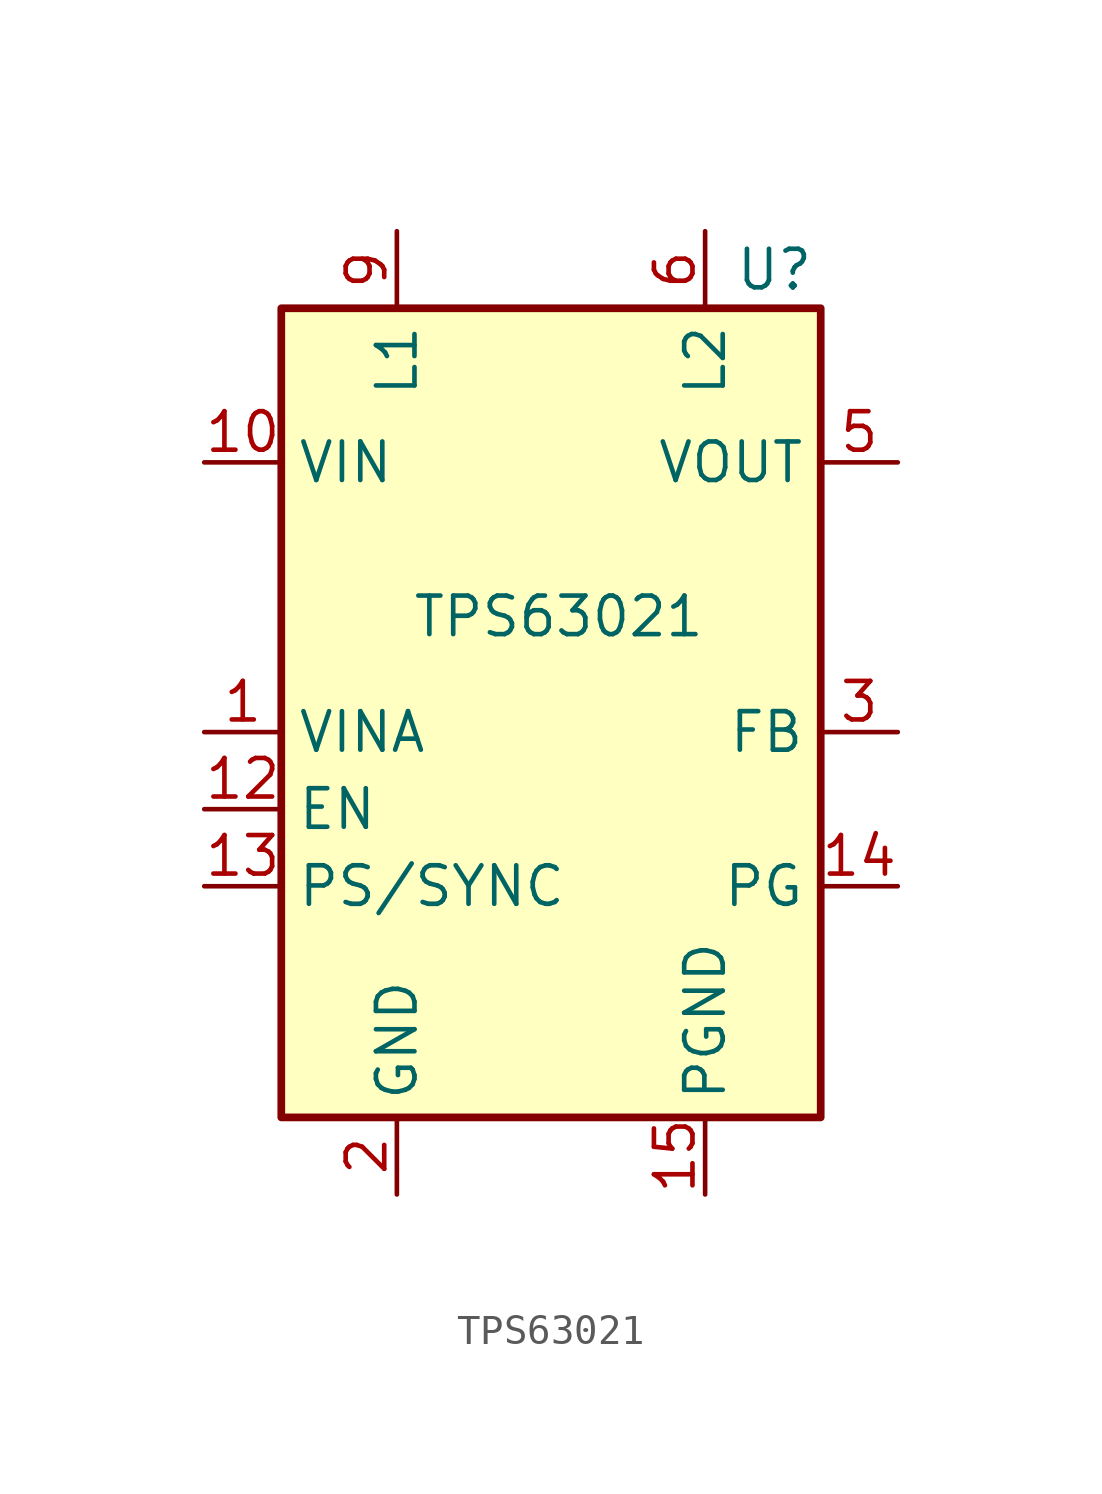
<source format=kicad_sym>
(kicad_symbol_lib
  (version 20241209)
  (generator "kicad_symbol_editor")
  (generator_version "9.0")
  (symbol "TPS63021"
    (property "Reference" "U"
      (at 7.366 11.43 0)
      (effects (font (size 1.27 1.27))))
    (property "Value" "TPS63021"
      (at 0.254 0 0)
      (effects (font (size 1.27 1.27))))
    (symbol "TPS63021_0_1"
      (rectangle (start -8.89 10.16) (end 8.89 -16.51) (stroke (width 0.254) (type default)) (fill (type background))))
    (symbol "TPS63021_1_1"
      (pin input line (at -11.43 5.08 0) (length 2.54) (name "VIN" (effects (font (size 1.27 1.27)))) (number "10" (effects (font (size 1.27 1.27)))))
      (pin input line (at -11.43 5.08 0) (length 2.54) (hide yes) (name "VIN" (effects (font (size 1.27 1.27)))) (number "11" (effects (font (size 1.27 1.27)))))
      (pin input line (at -11.43 -3.81 0) (length 2.54) (name "VINA" (effects (font (size 1.27 1.27)))) (number "1" (effects (font (size 1.27 1.27)))))
      (pin input line (at -11.43 -6.35 0) (length 2.54) (name "EN" (effects (font (size 1.27 1.27)))) (number "12" (effects (font (size 1.27 1.27)))))
      (pin input line (at -11.43 -8.89 0) (length 2.54) (name "PS/SYNC" (effects (font (size 1.27 1.27)))) (number "13" (effects (font (size 1.27 1.27)))))
      (pin input line (at -5.08 12.7 270) (length 2.54) (hide yes) (name "L1" (effects (font (size 1.27 1.27)))) (number "8" (effects (font (size 1.27 1.27)))))
      (pin input line (at -5.08 12.7 270) (length 2.54) (name "L1" (effects (font (size 1.27 1.27)))) (number "9" (effects (font (size 1.27 1.27)))))
      (pin power_in line (at -5.08 -19.05 90) (length 2.54) (name "GND" (effects (font (size 1.27 1.27)))) (number "2" (effects (font (size 1.27 1.27)))))
      (pin input line (at 5.08 12.7 270) (length 2.54) (name "L2" (effects (font (size 1.27 1.27)))) (number "6" (effects (font (size 1.27 1.27)))))
      (pin input line (at 5.08 12.7 270) (length 2.54) (hide yes) (name "L2" (effects (font (size 1.27 1.27)))) (number "7" (effects (font (size 1.27 1.27)))))
      (pin power_in line (at 5.08 -19.05 90) (length 2.54) (name "PGND" (effects (font (size 1.27 1.27)))) (number "15" (effects (font (size 1.27 1.27)))))
      (pin output line (at 11.43 5.08 180) (length 2.54) (hide yes) (name "VOUT" (effects (font (size 1.27 1.27)))) (number "4" (effects (font (size 1.27 1.27)))))
      (pin output line (at 11.43 5.08 180) (length 2.54) (name "VOUT" (effects (font (size 1.27 1.27)))) (number "5" (effects (font (size 1.27 1.27)))))
      (pin input line (at 11.43 -3.81 180) (length 2.54) (name "FB" (effects (font (size 1.27 1.27)))) (number "3" (effects (font (size 1.27 1.27)))))
      (pin input line (at 11.43 -8.89 180) (length 2.54) (name "PG" (effects (font (size 1.27 1.27)))) (number "14" (effects (font (size 1.27 1.27))))))))
</source>
